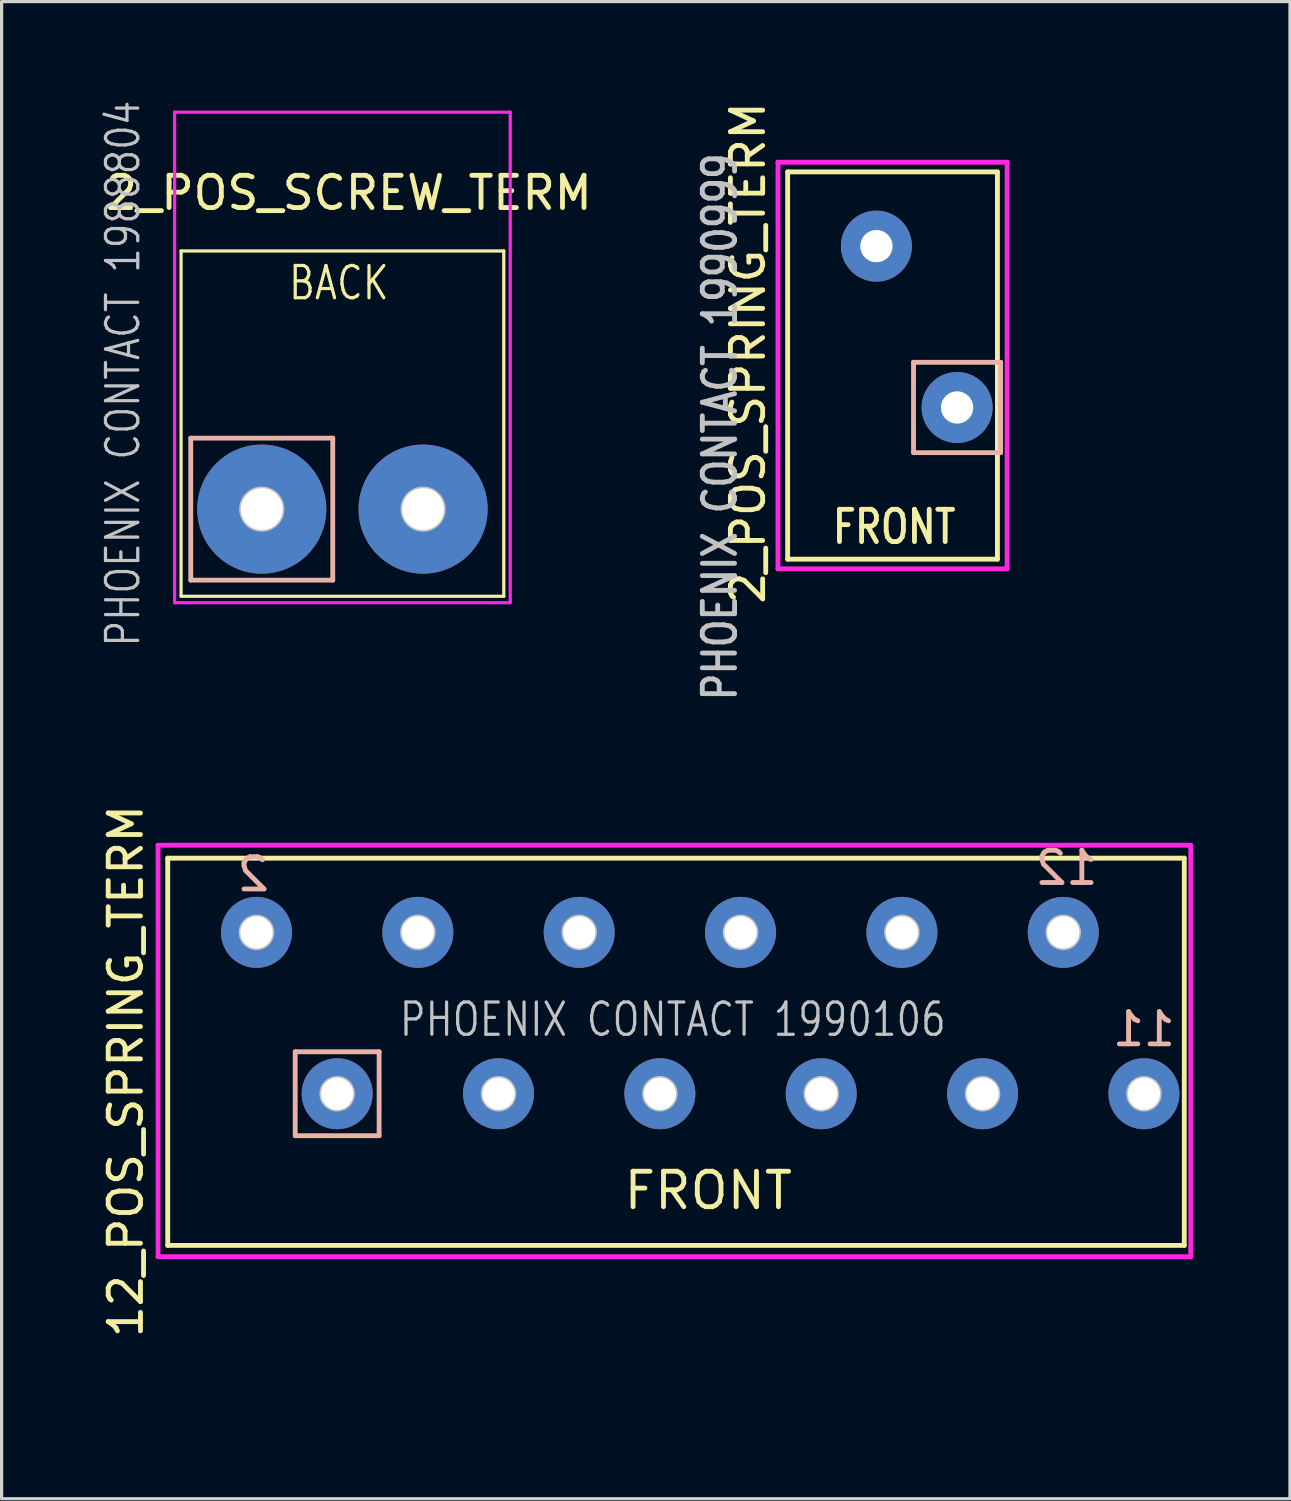
<source format=kicad_pcb>
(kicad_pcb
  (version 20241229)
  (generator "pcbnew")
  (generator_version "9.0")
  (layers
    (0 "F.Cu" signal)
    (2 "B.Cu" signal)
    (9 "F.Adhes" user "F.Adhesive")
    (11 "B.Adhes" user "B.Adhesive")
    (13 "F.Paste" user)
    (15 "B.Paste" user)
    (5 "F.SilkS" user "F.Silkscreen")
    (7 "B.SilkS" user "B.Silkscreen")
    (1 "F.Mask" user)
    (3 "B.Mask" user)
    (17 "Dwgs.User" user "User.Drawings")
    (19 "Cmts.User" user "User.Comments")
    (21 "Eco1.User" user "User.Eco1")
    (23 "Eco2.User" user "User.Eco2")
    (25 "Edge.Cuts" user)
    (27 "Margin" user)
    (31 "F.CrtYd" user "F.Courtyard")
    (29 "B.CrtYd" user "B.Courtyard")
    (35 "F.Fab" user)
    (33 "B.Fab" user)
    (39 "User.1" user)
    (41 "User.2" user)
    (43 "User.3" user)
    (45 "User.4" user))
  (footprint "2_POS_SCREW_TERM"
    (layer "F.Cu")
    (at 5.061 12.727)
    (property "Reference" "2_POS_SCREW_TERM" (at 2.7 -9.8 0) (layer "F.SilkS") (effects (font (size 1 1) (thickness 0.15))))
    (attr through_hole)
    (fp_line (start -2.5 -8) (end 7.5 -8) (stroke (width 0.1) (type solid)) (layer "F.SilkS"))
    (fp_line (start -2.5 2.7) (end -2.5 -8) (stroke (width 0.1) (type solid)) (layer "F.SilkS"))
    (fp_line (start -2.5 2.7) (end 7.5 2.7) (stroke (width 0.1) (type solid)) (layer "F.SilkS"))
    (fp_line (start 7.5 2.7) (end 7.5 -8) (stroke (width 0.1) (type solid)) (layer "F.SilkS"))
    (fp_line (start -2.2 -2.2) (end -2.2 2.2) (stroke (width 0.15) (type solid)) (layer "B.SilkS"))
    (fp_line (start -2.2 2.2) (end 2.2 2.2) (stroke (width 0.15) (type solid)) (layer "B.SilkS"))
    (fp_line (start 2.2 -2.2) (end -2.2 -2.2) (stroke (width 0.15) (type solid)) (layer "B.SilkS"))
    (fp_line (start 2.2 2.2) (end 2.2 -2.2) (stroke (width 0.15) (type solid)) (layer "B.SilkS"))
    (fp_circle (center 0 0) (end 0.65 0) (stroke (width 0.1) (type solid)) (fill no) (layer "Dwgs.User"))
    (fp_circle (center 5 0) (end 5.65 0) (stroke (width 0.1) (type solid)) (fill no) (layer "Dwgs.User"))
    (fp_line (start -2.7 -12.3) (end 7.7 -12.3) (stroke (width 0.1) (type solid)) (layer "F.CrtYd"))
    (fp_line (start -2.7 2.9) (end -2.7 -12.3) (stroke (width 0.1) (type solid)) (layer "F.CrtYd"))
    (fp_line (start 7.7 2.9) (end -2.7 2.9) (stroke (width 0.1) (type solid)) (layer "F.CrtYd"))
    (fp_line (start 7.7 2.9) (end 7.7 -12.3) (stroke (width 0.1) (type solid)) (layer "F.CrtYd"))
    (fp_text user "BACK" (at 2.39 -7.008 0) (layer "F.SilkS") (effects (font (size 1 0.8) (thickness 0.1))))
    (fp_text user "PHOENIX CONTACT ‎1988804‎" (at -4.3 -4.2 90) (layer "Dwgs.User") (effects (font (size 1 0.8) (thickness 0.1))))
    (pad "1" thru_hole circle (at 0 0) (size 4 4) (drill 1.3) (layers "*.Cu" "*.Mask"))
    (pad "2" thru_hole circle (at 5 0) (size 4 4) (drill 1.3) (layers "*.Cu" "*.Mask")))
  (footprint "2_POS_SPRING_TERM"
    (layer "F.Cu")
    (at 26.608 9.577)
    (property "Reference" "2_POS_SPRING_TERM" (at -6.48 -1.69 90) (layer "F.SilkS") (effects (font (size 1 1) (thickness 0.15))))
    (attr through_hole)
    (fp_line (start -5.25 -7.3) (end 1.25 -7.3) (stroke (width 0.15) (type solid)) (layer "F.SilkS"))
    (fp_line (start -5.25 4.7) (end -5.25 -7.3) (stroke (width 0.15) (type solid)) (layer "F.SilkS"))
    (fp_line (start -5.25 4.7) (end 1.25 4.7) (stroke (width 0.15) (type solid)) (layer "F.SilkS"))
    (fp_line (start 1.25 4.7) (end 1.25 -7.3) (stroke (width 0.15) (type solid)) (layer "F.SilkS"))
    (fp_line (start -1.35 -1.4) (end 1.35 -1.4) (stroke (width 0.15) (type solid)) (layer "B.SilkS"))
    (fp_line (start -1.35 1.4) (end -1.35 -1.4) (stroke (width 0.15) (type solid)) (layer "B.SilkS"))
    (fp_line (start 1.35 -1.4) (end 1.35 1.4) (stroke (width 0.15) (type solid)) (layer "B.SilkS"))
    (fp_line (start 1.35 1.4) (end -1.35 1.4) (stroke (width 0.15) (type solid)) (layer "B.SilkS"))
    (fp_line (start -5.55 -7.6) (end 1.55 -7.6) (stroke (width 0.15) (type solid)) (layer "F.CrtYd"))
    (fp_line (start -5.55 5) (end -5.55 -7.6) (stroke (width 0.15) (type solid)) (layer "F.CrtYd"))
    (fp_line (start 1.55 -7.6) (end 1.55 5) (stroke (width 0.15) (type solid)) (layer "F.CrtYd"))
    (fp_line (start 1.55 5) (end -5.55 5) (stroke (width 0.15) (type solid)) (layer "F.CrtYd"))
    (fp_text user "FRONT" (at -1.95 3.7 0) (layer "F.SilkS") (effects (font (size 1 0.8) (thickness 0.15))))
    (fp_text user "PHOENIX CONTACT 1990999" (at -7.35 0.6 90) (layer "Dwgs.User") (effects (font (size 1 0.8) (thickness 0.15))))
    (pad "1" thru_hole circle (at 0 0) (size 2.2 2.2) (drill 1) (layers "*.Cu" "*.Mask"))
    (pad "2" thru_hole circle (at -2.5 -5) (size 2.2 2.2) (drill 1) (layers "*.Cu" "*.Mask")))
  (footprint "12_POS_SPRING_TERM"
    (layer "F.Cu")
    (at 17.598 40.142)
    (property "Reference" "12_POS_SPRING_TERM" (at -16.75 -10 90) (layer "F.SilkS") (effects (font (size 1 1) (thickness 0.15))))
    (attr through_hole)
    (fp_line (start -15.45 -16.6) (end 16.05 -16.6) (stroke (width 0.15) (type solid)) (layer "F.SilkS"))
    (fp_line (start -15.45 -4.6) (end -15.45 -16.6) (stroke (width 0.15) (type solid)) (layer "F.SilkS"))
    (fp_line (start -15.45 -4.6) (end 16.05 -4.6) (stroke (width 0.15) (type solid)) (layer "F.SilkS"))
    (fp_line (start 16.05 -4.6) (end 16.05 -16.6) (stroke (width 0.15) (type solid)) (layer "F.SilkS"))
    (fp_line (start -11.5 -10.6) (end -8.9 -10.6) (stroke (width 0.15) (type solid)) (layer "B.SilkS"))
    (fp_line (start -11.5 -8) (end -11.5 -10.6) (stroke (width 0.15) (type solid)) (layer "B.SilkS"))
    (fp_line (start -8.9 -10.6) (end -8.9 -8) (stroke (width 0.15) (type solid)) (layer "B.SilkS"))
    (fp_line (start -8.9 -8) (end -11.5 -8) (stroke (width 0.15) (type solid)) (layer "B.SilkS"))
    (fp_circle (center -12.7 -14.3) (end -12.2 -14.3) (stroke (width 0.1) (type solid)) (fill no) (layer "Dwgs.User"))
    (fp_circle (center -10.2 -9.3) (end -9.7 -9.3) (stroke (width 0.1) (type solid)) (fill no) (layer "Dwgs.User"))
    (fp_circle (center -7.7 -14.3) (end -7.2 -14.3) (stroke (width 0.1) (type solid)) (fill no) (layer "Dwgs.User"))
    (fp_circle (center -5.2 -9.3) (end -4.7 -9.3) (stroke (width 0.1) (type solid)) (fill no) (layer "Dwgs.User"))
    (fp_circle (center -2.7 -14.3) (end -2.2 -14.3) (stroke (width 0.1) (type solid)) (fill no) (layer "Dwgs.User"))
    (fp_circle (center -0.2 -9.3) (end 0.3 -9.3) (stroke (width 0.1) (type solid)) (fill no) (layer "Dwgs.User"))
    (fp_circle (center 2.3 -14.3) (end 2.8 -14.3) (stroke (width 0.1) (type solid)) (fill no) (layer "Dwgs.User"))
    (fp_circle (center 4.8 -9.3) (end 5.3 -9.3) (stroke (width 0.1) (type solid)) (fill no) (layer "Dwgs.User"))
    (fp_circle (center 7.3 -14.3) (end 7.8 -14.3) (stroke (width 0.1) (type solid)) (fill no) (layer "Dwgs.User"))
    (fp_circle (center 9.8 -9.3) (end 10.3 -9.3) (stroke (width 0.1) (type solid)) (fill no) (layer "Dwgs.User"))
    (fp_circle (center 12.3 -14.3) (end 12.8 -14.3) (stroke (width 0.1) (type solid)) (fill no) (layer "Dwgs.User"))
    (fp_circle (center 14.8 -9.3) (end 15.3 -9.3) (stroke (width 0.1) (type solid)) (fill no) (layer "Dwgs.User"))
    (fp_line (start -15.75 -17) (end 16.25 -17) (stroke (width 0.15) (type solid)) (layer "F.CrtYd"))
    (fp_line (start -15.75 -4.25) (end -15.75 -17) (stroke (width 0.15) (type solid)) (layer "F.CrtYd"))
    (fp_line (start -15.75 -4.25) (end -15.75 -4.25) (stroke (width 0.15) (type solid)) (layer "F.CrtYd"))
    (fp_line (start 16.25 -17) (end 16.25 -4.25) (stroke (width 0.15) (type solid)) (layer "F.CrtYd"))
    (fp_line (start 16.25 -4.25) (end -15.75 -4.25) (stroke (width 0.15) (type solid)) (layer "F.CrtYd"))
    (fp_text user "FRONT" (at 1.3 -6.3 0) (layer "F.SilkS") (effects (font (size 1.1 1.1) (thickness 0.15))))
    (fp_text user "11" (at 14.8 -11.3 0) (layer "B.SilkS") (effects (font (size 1 1) (thickness 0.15)) (justify mirror)))
    (fp_text user "2" (at -12.8 -16.1 0) (layer "B.SilkS") (effects (font (size 1 1) (thickness 0.15)) (justify mirror)))
    (fp_text user "12" (at 12.4 -16.3 0) (layer "B.SilkS") (effects (font (size 1 1) (thickness 0.15)) (justify mirror)))
    (fp_text user "PHOENIX CONTACT 1990106" (at 0.2 -11.6 0) (layer "Dwgs.User") (effects (font (size 1 0.8) (thickness 0.1))))
    (pad "1" thru_hole circle (at -12.7 -14.3) (size 2.2 2.2) (drill 1) (layers "*.Cu" "*.Mask"))
    (pad "2" thru_hole circle (at -10.2 -9.3) (size 2.2 2.2) (drill 1) (layers "*.Cu" "*.Mask"))
    (pad "3" thru_hole circle (at -7.7 -14.3) (size 2.2 2.2) (drill 1) (layers "*.Cu" "*.Mask"))
    (pad "4" thru_hole circle (at -5.2 -9.3) (size 2.2 2.2) (drill 1) (layers "*.Cu" "*.Mask"))
    (pad "5" thru_hole circle (at -2.7 -14.3) (size 2.2 2.2) (drill 1) (layers "*.Cu" "*.Mask"))
    (pad "6" thru_hole circle (at -0.2 -9.3) (size 2.2 2.2) (drill 1) (layers "*.Cu" "*.Mask"))
    (pad "7" thru_hole circle (at 2.3 -14.3) (size 2.2 2.2) (drill 1) (layers "*.Cu" "*.Mask"))
    (pad "8" thru_hole circle (at 4.8 -9.3) (size 2.2 2.2) (drill 1) (layers "*.Cu" "*.Mask"))
    (pad "9" thru_hole circle (at 7.3 -14.3) (size 2.2 2.2) (drill 1) (layers "*.Cu" "*.Mask"))
    (pad "10" thru_hole circle (at 9.8 -9.3) (size 2.2 2.2) (drill 1) (layers "*.Cu" "*.Mask"))
    (pad "11" thru_hole circle (at 12.3 -14.3) (size 2.2 2.2) (drill 1) (layers "*.Cu" "*.Mask"))
    (pad "12" thru_hole circle (at 14.8 -9.3) (size 2.2 2.2) (drill 1) (layers "*.Cu" "*.Mask")))
  (gr_rect
    (start -3 -3)
    (end 36.923 43.392)
    (stroke (width 0.1) (type default))
    (fill no)
    (layer "Edge.Cuts")))
</source>
